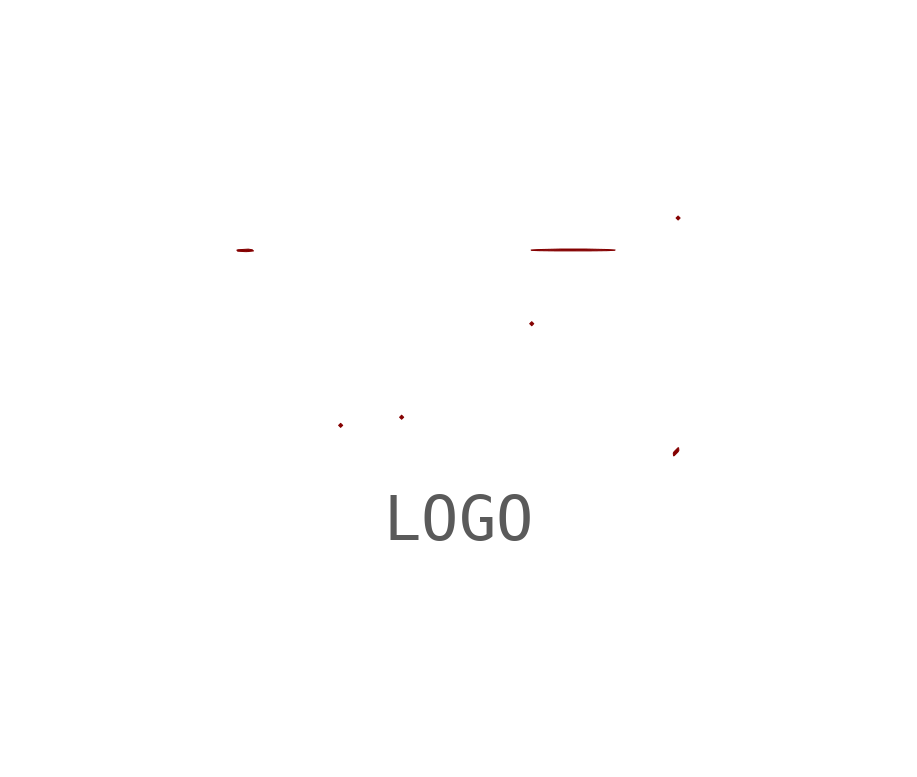
<source format=kicad_sym>
(kicad_symbol_lib
  (version 20220914)
  (generator bitmap2component)
  (symbol "LOGO"
    (pin_names
      (offset 1.016))
    (property "Reference" "#G"
      (at 0 4.784 0)
      (effects (font (size 1.27 1.27)) hide))
    (symbol "LOGO_0_0"
      (polyline (pts (xy 4.704 -4.06) (xy 4.784 -3.979) (xy 4.8 -3.949) (xy 4.794 -3.895) (xy 4.779 -3.898) (xy 4.699 -3.979) (xy 4.683 -4.009) (xy 4.689 -4.064) (xy 4.704 -4.06)) (stroke (width 0.01) (type default)) (fill (type outline)))
      (polyline (pts (xy -2.201 -3.429) (xy -2.244 -3.387) (xy -2.286 -3.429) (xy -2.244 -3.471) (xy -2.201 -3.429)) (stroke (width 0.01) (type default)) (fill (type outline)))
      (polyline (pts (xy -0.931 -3.26) (xy -0.974 -3.217) (xy -1.016 -3.26) (xy -0.974 -3.302) (xy -0.931 -3.26)) (stroke (width 0.01) (type default)) (fill (type outline)))
      (polyline (pts (xy 1.778 -1.312) (xy 1.736 -1.27) (xy 1.693 -1.312) (xy 1.736 -1.355) (xy 1.778 -1.312)) (stroke (width 0.01) (type default)) (fill (type outline)))
      (polyline (pts (xy -4.176 0.19) (xy -4.059 0.203) (xy -4.085 0.228) (xy -4.167 0.241) (xy -4.381 0.228) (xy -4.405 0.22) (xy -4.387 0.198) (xy -4.233 0.189) (xy -4.176 0.19)) (stroke (width 0.01) (type default)) (fill (type outline)))
      (polyline (pts (xy 3.012 0.205) (xy 3.302 0.209) (xy 3.459 0.216) (xy 3.472 0.223) (xy 3.327 0.232) (xy 3.3 0.233) (xy 2.852 0.243) (xy 2.346 0.243) (xy 1.888 0.232) (xy 1.874 0.232) (xy 1.723 0.223) (xy 1.73 0.215) (xy 1.883 0.209) (xy 2.171 0.205) (xy 2.582 0.204) (xy 2.602 0.204) (xy 3.012 0.205)) (stroke (width 0.01) (type default)) (fill (type outline)))
      (polyline (pts (xy 4.826 0.889) (xy 4.784 0.931) (xy 4.741 0.889) (xy 4.784 0.847) (xy 4.826 0.889)) (stroke (width 0.01) (type default)) (fill (type outline))))))
</source>
